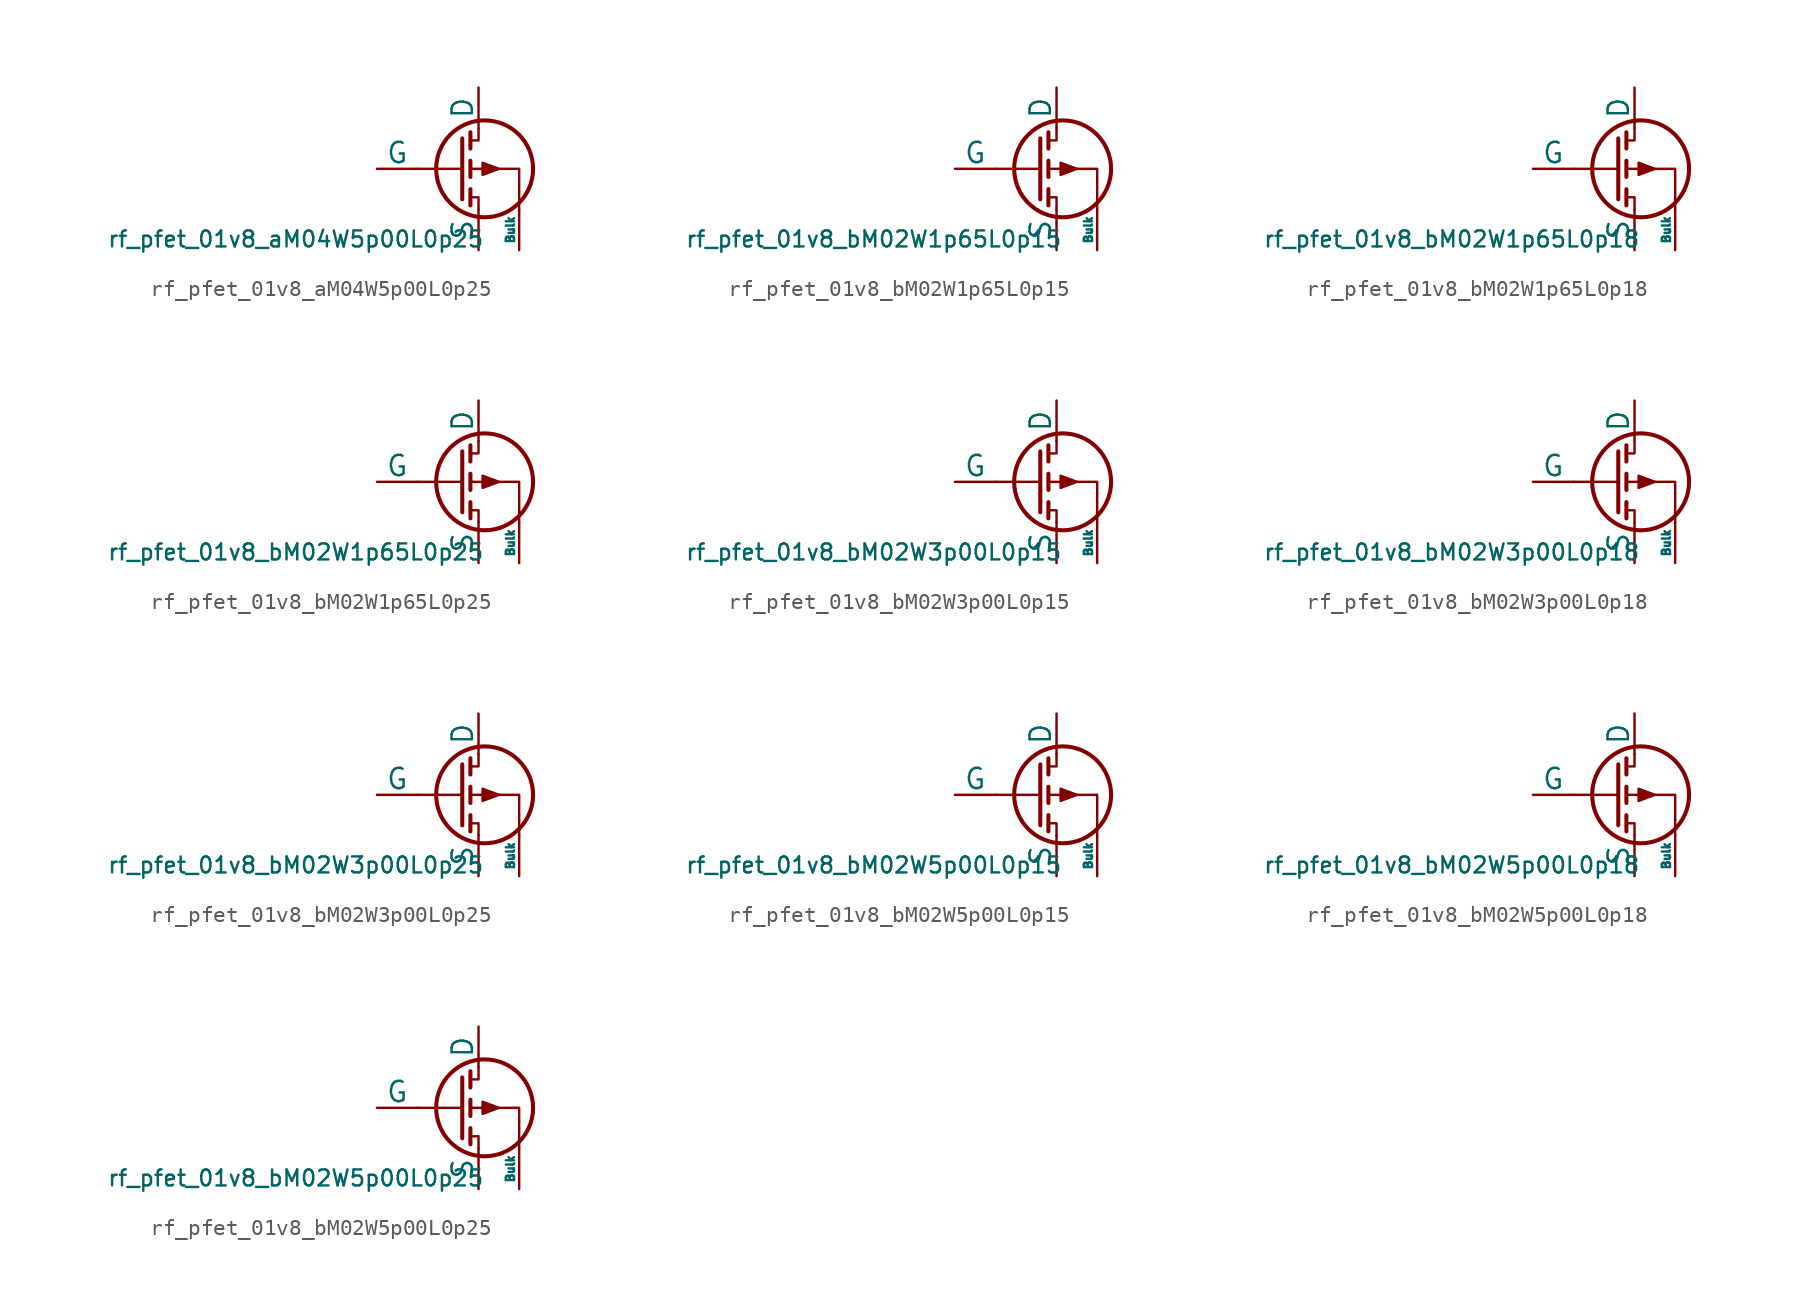
<source format=kicad_sym>
(kicad_symbol_lib
  (version 20211014)
  (generator pdk2kicad)
  (symbol "rf_pfet_01v8_aM04W5p00L0p25"
    (pin_numbers hide)
    (pin_names
      (offset 0))
    (property "Reference" "Q"
      (at 0 0 0)
      (effects (font (size 1 1)) hide))
    (property "Value" "rf_pfet_01v8_aM04W5p00L0p25"
      (at -8.89 -3.81 0)
      (effects (font (size 1 1)) (justify top)))
    (polyline
      (pts (xy 1.524 0) (xy -1.27 0))
      (stroke (width 0) (type default))
      (fill (type none)))
    (polyline
      (pts (xy 1.524 1.905) (xy 1.524 -1.905))
      (stroke (width 0.254) (type default))
      (fill (type none)))
    (polyline
      (pts (xy 2.032 -1.27) (xy 2.032 -2.286))
      (stroke (width 0.254) (type default))
      (fill (type none)))
    (polyline
      (pts (xy 2.032 0.508) (xy 2.032 -0.508))
      (stroke (width 0.254) (type default))
      (fill (type none)))
    (polyline
      (pts (xy 2.032 2.286) (xy 2.032 1.27))
      (stroke (width 0.254) (type default))
      (fill (type none)))
    (polyline
      (pts (xy 2.032 1.778) (xy 2.54 1.778) (xy 2.54 2.54))
      (stroke (width 0) (type default))
      (fill (type none)))
    (polyline
      (pts (xy 2.54 -2.54) (xy 2.54 -1.778) (xy 2.032 -1.778))
      (stroke (width 0) (type default))
      (fill (type none)))
    (polyline
      (pts (xy 5.08 -2.54) (xy 5.08 0) (xy 2.032 0))
      (stroke (width 0) (type default))
      (fill (type none)))
    (polyline
      (pts (xy 3.81 0) (xy 2.794 0.381) (xy 2.794 -0.381) (xy 3.81 0))
      (stroke (width 0) (type default))
      (fill (type outline)))
    (circle
      (center 2.921 0)
      (radius 3.029)
      (stroke (width 0.254) (type default))
      (fill (type none)))
    (pin passive line
      (at 2.54 5.08 270)
      (length 2.54)
      (name "D" (effects (font (size 1.27 1.27))))
      (number "2" (effects (font (size 1.27 1.27)))))
    (pin input line
      (at -3.81 0 0)
      (length 2.54)
      (name "G" (effects (font (size 1.27 1.27))))
      (number "3" (effects (font (size 1.27 1.27)))))
    (pin passive line
      (at 2.54 -5.08 90)
      (length 2.54)
      (name "S" (effects (font (size 1.27 1.27))))
      (number "4" (effects (font (size 1.27 1.27)))))
    (pin input line
      (at 5.08 -5.08 90)
      (length 2.54)
      (name "Bulk" (effects (font (size 0.508 0.508))))
      (number "1" (effects (font (size 1.27 1.27))))))
  (symbol "rf_pfet_01v8_bM02W1p65L0p15"
    (pin_numbers hide)
    (pin_names
      (offset 0))
    (property "Reference" "Q"
      (at 0 0 0)
      (effects (font (size 1 1)) hide))
    (property "Value" "rf_pfet_01v8_bM02W1p65L0p15"
      (at -8.89 -3.81 0)
      (effects (font (size 1 1)) (justify top)))
    (polyline
      (pts (xy 1.524 0) (xy -1.27 0))
      (stroke (width 0) (type default))
      (fill (type none)))
    (polyline
      (pts (xy 1.524 1.905) (xy 1.524 -1.905))
      (stroke (width 0.254) (type default))
      (fill (type none)))
    (polyline
      (pts (xy 2.032 -1.27) (xy 2.032 -2.286))
      (stroke (width 0.254) (type default))
      (fill (type none)))
    (polyline
      (pts (xy 2.032 0.508) (xy 2.032 -0.508))
      (stroke (width 0.254) (type default))
      (fill (type none)))
    (polyline
      (pts (xy 2.032 2.286) (xy 2.032 1.27))
      (stroke (width 0.254) (type default))
      (fill (type none)))
    (polyline
      (pts (xy 2.032 1.778) (xy 2.54 1.778) (xy 2.54 2.54))
      (stroke (width 0) (type default))
      (fill (type none)))
    (polyline
      (pts (xy 2.54 -2.54) (xy 2.54 -1.778) (xy 2.032 -1.778))
      (stroke (width 0) (type default))
      (fill (type none)))
    (polyline
      (pts (xy 5.08 -2.54) (xy 5.08 0) (xy 2.032 0))
      (stroke (width 0) (type default))
      (fill (type none)))
    (polyline
      (pts (xy 3.81 0) (xy 2.794 0.381) (xy 2.794 -0.381) (xy 3.81 0))
      (stroke (width 0) (type default))
      (fill (type outline)))
    (circle
      (center 2.921 0)
      (radius 3.029)
      (stroke (width 0.254) (type default))
      (fill (type none)))
    (pin passive line
      (at 2.54 5.08 270)
      (length 2.54)
      (name "D" (effects (font (size 1.27 1.27))))
      (number "2" (effects (font (size 1.27 1.27)))))
    (pin input line
      (at -3.81 0 0)
      (length 2.54)
      (name "G" (effects (font (size 1.27 1.27))))
      (number "3" (effects (font (size 1.27 1.27)))))
    (pin passive line
      (at 2.54 -5.08 90)
      (length 2.54)
      (name "S" (effects (font (size 1.27 1.27))))
      (number "4" (effects (font (size 1.27 1.27)))))
    (pin input line
      (at 5.08 -5.08 90)
      (length 2.54)
      (name "Bulk" (effects (font (size 0.508 0.508))))
      (number "1" (effects (font (size 1.27 1.27))))))
  (symbol "rf_pfet_01v8_bM02W1p65L0p18"
    (pin_numbers hide)
    (pin_names
      (offset 0))
    (property "Reference" "Q"
      (at 0 0 0)
      (effects (font (size 1 1)) hide))
    (property "Value" "rf_pfet_01v8_bM02W1p65L0p18"
      (at -8.89 -3.81 0)
      (effects (font (size 1 1)) (justify top)))
    (polyline
      (pts (xy 1.524 0) (xy -1.27 0))
      (stroke (width 0) (type default))
      (fill (type none)))
    (polyline
      (pts (xy 1.524 1.905) (xy 1.524 -1.905))
      (stroke (width 0.254) (type default))
      (fill (type none)))
    (polyline
      (pts (xy 2.032 -1.27) (xy 2.032 -2.286))
      (stroke (width 0.254) (type default))
      (fill (type none)))
    (polyline
      (pts (xy 2.032 0.508) (xy 2.032 -0.508))
      (stroke (width 0.254) (type default))
      (fill (type none)))
    (polyline
      (pts (xy 2.032 2.286) (xy 2.032 1.27))
      (stroke (width 0.254) (type default))
      (fill (type none)))
    (polyline
      (pts (xy 2.032 1.778) (xy 2.54 1.778) (xy 2.54 2.54))
      (stroke (width 0) (type default))
      (fill (type none)))
    (polyline
      (pts (xy 2.54 -2.54) (xy 2.54 -1.778) (xy 2.032 -1.778))
      (stroke (width 0) (type default))
      (fill (type none)))
    (polyline
      (pts (xy 5.08 -2.54) (xy 5.08 0) (xy 2.032 0))
      (stroke (width 0) (type default))
      (fill (type none)))
    (polyline
      (pts (xy 3.81 0) (xy 2.794 0.381) (xy 2.794 -0.381) (xy 3.81 0))
      (stroke (width 0) (type default))
      (fill (type outline)))
    (circle
      (center 2.921 0)
      (radius 3.029)
      (stroke (width 0.254) (type default))
      (fill (type none)))
    (pin passive line
      (at 2.54 5.08 270)
      (length 2.54)
      (name "D" (effects (font (size 1.27 1.27))))
      (number "2" (effects (font (size 1.27 1.27)))))
    (pin input line
      (at -3.81 0 0)
      (length 2.54)
      (name "G" (effects (font (size 1.27 1.27))))
      (number "3" (effects (font (size 1.27 1.27)))))
    (pin passive line
      (at 2.54 -5.08 90)
      (length 2.54)
      (name "S" (effects (font (size 1.27 1.27))))
      (number "4" (effects (font (size 1.27 1.27)))))
    (pin input line
      (at 5.08 -5.08 90)
      (length 2.54)
      (name "Bulk" (effects (font (size 0.508 0.508))))
      (number "1" (effects (font (size 1.27 1.27))))))
  (symbol "rf_pfet_01v8_bM02W1p65L0p25"
    (pin_numbers hide)
    (pin_names
      (offset 0))
    (property "Reference" "Q"
      (at 0 0 0)
      (effects (font (size 1 1)) hide))
    (property "Value" "rf_pfet_01v8_bM02W1p65L0p25"
      (at -8.89 -3.81 0)
      (effects (font (size 1 1)) (justify top)))
    (polyline
      (pts (xy 1.524 0) (xy -1.27 0))
      (stroke (width 0) (type default))
      (fill (type none)))
    (polyline
      (pts (xy 1.524 1.905) (xy 1.524 -1.905))
      (stroke (width 0.254) (type default))
      (fill (type none)))
    (polyline
      (pts (xy 2.032 -1.27) (xy 2.032 -2.286))
      (stroke (width 0.254) (type default))
      (fill (type none)))
    (polyline
      (pts (xy 2.032 0.508) (xy 2.032 -0.508))
      (stroke (width 0.254) (type default))
      (fill (type none)))
    (polyline
      (pts (xy 2.032 2.286) (xy 2.032 1.27))
      (stroke (width 0.254) (type default))
      (fill (type none)))
    (polyline
      (pts (xy 2.032 1.778) (xy 2.54 1.778) (xy 2.54 2.54))
      (stroke (width 0) (type default))
      (fill (type none)))
    (polyline
      (pts (xy 2.54 -2.54) (xy 2.54 -1.778) (xy 2.032 -1.778))
      (stroke (width 0) (type default))
      (fill (type none)))
    (polyline
      (pts (xy 5.08 -2.54) (xy 5.08 0) (xy 2.032 0))
      (stroke (width 0) (type default))
      (fill (type none)))
    (polyline
      (pts (xy 3.81 0) (xy 2.794 0.381) (xy 2.794 -0.381) (xy 3.81 0))
      (stroke (width 0) (type default))
      (fill (type outline)))
    (circle
      (center 2.921 0)
      (radius 3.029)
      (stroke (width 0.254) (type default))
      (fill (type none)))
    (pin passive line
      (at 2.54 5.08 270)
      (length 2.54)
      (name "D" (effects (font (size 1.27 1.27))))
      (number "2" (effects (font (size 1.27 1.27)))))
    (pin input line
      (at -3.81 0 0)
      (length 2.54)
      (name "G" (effects (font (size 1.27 1.27))))
      (number "3" (effects (font (size 1.27 1.27)))))
    (pin passive line
      (at 2.54 -5.08 90)
      (length 2.54)
      (name "S" (effects (font (size 1.27 1.27))))
      (number "4" (effects (font (size 1.27 1.27)))))
    (pin input line
      (at 5.08 -5.08 90)
      (length 2.54)
      (name "Bulk" (effects (font (size 0.508 0.508))))
      (number "1" (effects (font (size 1.27 1.27))))))
  (symbol "rf_pfet_01v8_bM02W3p00L0p15"
    (pin_numbers hide)
    (pin_names
      (offset 0))
    (property "Reference" "Q"
      (at 0 0 0)
      (effects (font (size 1 1)) hide))
    (property "Value" "rf_pfet_01v8_bM02W3p00L0p15"
      (at -8.89 -3.81 0)
      (effects (font (size 1 1)) (justify top)))
    (polyline
      (pts (xy 1.524 0) (xy -1.27 0))
      (stroke (width 0) (type default))
      (fill (type none)))
    (polyline
      (pts (xy 1.524 1.905) (xy 1.524 -1.905))
      (stroke (width 0.254) (type default))
      (fill (type none)))
    (polyline
      (pts (xy 2.032 -1.27) (xy 2.032 -2.286))
      (stroke (width 0.254) (type default))
      (fill (type none)))
    (polyline
      (pts (xy 2.032 0.508) (xy 2.032 -0.508))
      (stroke (width 0.254) (type default))
      (fill (type none)))
    (polyline
      (pts (xy 2.032 2.286) (xy 2.032 1.27))
      (stroke (width 0.254) (type default))
      (fill (type none)))
    (polyline
      (pts (xy 2.032 1.778) (xy 2.54 1.778) (xy 2.54 2.54))
      (stroke (width 0) (type default))
      (fill (type none)))
    (polyline
      (pts (xy 2.54 -2.54) (xy 2.54 -1.778) (xy 2.032 -1.778))
      (stroke (width 0) (type default))
      (fill (type none)))
    (polyline
      (pts (xy 5.08 -2.54) (xy 5.08 0) (xy 2.032 0))
      (stroke (width 0) (type default))
      (fill (type none)))
    (polyline
      (pts (xy 3.81 0) (xy 2.794 0.381) (xy 2.794 -0.381) (xy 3.81 0))
      (stroke (width 0) (type default))
      (fill (type outline)))
    (circle
      (center 2.921 0)
      (radius 3.029)
      (stroke (width 0.254) (type default))
      (fill (type none)))
    (pin passive line
      (at 2.54 5.08 270)
      (length 2.54)
      (name "D" (effects (font (size 1.27 1.27))))
      (number "2" (effects (font (size 1.27 1.27)))))
    (pin input line
      (at -3.81 0 0)
      (length 2.54)
      (name "G" (effects (font (size 1.27 1.27))))
      (number "3" (effects (font (size 1.27 1.27)))))
    (pin passive line
      (at 2.54 -5.08 90)
      (length 2.54)
      (name "S" (effects (font (size 1.27 1.27))))
      (number "4" (effects (font (size 1.27 1.27)))))
    (pin input line
      (at 5.08 -5.08 90)
      (length 2.54)
      (name "Bulk" (effects (font (size 0.508 0.508))))
      (number "1" (effects (font (size 1.27 1.27))))))
  (symbol "rf_pfet_01v8_bM02W3p00L0p18"
    (pin_numbers hide)
    (pin_names
      (offset 0))
    (property "Reference" "Q"
      (at 0 0 0)
      (effects (font (size 1 1)) hide))
    (property "Value" "rf_pfet_01v8_bM02W3p00L0p18"
      (at -8.89 -3.81 0)
      (effects (font (size 1 1)) (justify top)))
    (polyline
      (pts (xy 1.524 0) (xy -1.27 0))
      (stroke (width 0) (type default))
      (fill (type none)))
    (polyline
      (pts (xy 1.524 1.905) (xy 1.524 -1.905))
      (stroke (width 0.254) (type default))
      (fill (type none)))
    (polyline
      (pts (xy 2.032 -1.27) (xy 2.032 -2.286))
      (stroke (width 0.254) (type default))
      (fill (type none)))
    (polyline
      (pts (xy 2.032 0.508) (xy 2.032 -0.508))
      (stroke (width 0.254) (type default))
      (fill (type none)))
    (polyline
      (pts (xy 2.032 2.286) (xy 2.032 1.27))
      (stroke (width 0.254) (type default))
      (fill (type none)))
    (polyline
      (pts (xy 2.032 1.778) (xy 2.54 1.778) (xy 2.54 2.54))
      (stroke (width 0) (type default))
      (fill (type none)))
    (polyline
      (pts (xy 2.54 -2.54) (xy 2.54 -1.778) (xy 2.032 -1.778))
      (stroke (width 0) (type default))
      (fill (type none)))
    (polyline
      (pts (xy 5.08 -2.54) (xy 5.08 0) (xy 2.032 0))
      (stroke (width 0) (type default))
      (fill (type none)))
    (polyline
      (pts (xy 3.81 0) (xy 2.794 0.381) (xy 2.794 -0.381) (xy 3.81 0))
      (stroke (width 0) (type default))
      (fill (type outline)))
    (circle
      (center 2.921 0)
      (radius 3.029)
      (stroke (width 0.254) (type default))
      (fill (type none)))
    (pin passive line
      (at 2.54 5.08 270)
      (length 2.54)
      (name "D" (effects (font (size 1.27 1.27))))
      (number "2" (effects (font (size 1.27 1.27)))))
    (pin input line
      (at -3.81 0 0)
      (length 2.54)
      (name "G" (effects (font (size 1.27 1.27))))
      (number "3" (effects (font (size 1.27 1.27)))))
    (pin passive line
      (at 2.54 -5.08 90)
      (length 2.54)
      (name "S" (effects (font (size 1.27 1.27))))
      (number "4" (effects (font (size 1.27 1.27)))))
    (pin input line
      (at 5.08 -5.08 90)
      (length 2.54)
      (name "Bulk" (effects (font (size 0.508 0.508))))
      (number "1" (effects (font (size 1.27 1.27))))))
  (symbol "rf_pfet_01v8_bM02W3p00L0p25"
    (pin_numbers hide)
    (pin_names
      (offset 0))
    (property "Reference" "Q"
      (at 0 0 0)
      (effects (font (size 1 1)) hide))
    (property "Value" "rf_pfet_01v8_bM02W3p00L0p25"
      (at -8.89 -3.81 0)
      (effects (font (size 1 1)) (justify top)))
    (polyline
      (pts (xy 1.524 0) (xy -1.27 0))
      (stroke (width 0) (type default))
      (fill (type none)))
    (polyline
      (pts (xy 1.524 1.905) (xy 1.524 -1.905))
      (stroke (width 0.254) (type default))
      (fill (type none)))
    (polyline
      (pts (xy 2.032 -1.27) (xy 2.032 -2.286))
      (stroke (width 0.254) (type default))
      (fill (type none)))
    (polyline
      (pts (xy 2.032 0.508) (xy 2.032 -0.508))
      (stroke (width 0.254) (type default))
      (fill (type none)))
    (polyline
      (pts (xy 2.032 2.286) (xy 2.032 1.27))
      (stroke (width 0.254) (type default))
      (fill (type none)))
    (polyline
      (pts (xy 2.032 1.778) (xy 2.54 1.778) (xy 2.54 2.54))
      (stroke (width 0) (type default))
      (fill (type none)))
    (polyline
      (pts (xy 2.54 -2.54) (xy 2.54 -1.778) (xy 2.032 -1.778))
      (stroke (width 0) (type default))
      (fill (type none)))
    (polyline
      (pts (xy 5.08 -2.54) (xy 5.08 0) (xy 2.032 0))
      (stroke (width 0) (type default))
      (fill (type none)))
    (polyline
      (pts (xy 3.81 0) (xy 2.794 0.381) (xy 2.794 -0.381) (xy 3.81 0))
      (stroke (width 0) (type default))
      (fill (type outline)))
    (circle
      (center 2.921 0)
      (radius 3.029)
      (stroke (width 0.254) (type default))
      (fill (type none)))
    (pin passive line
      (at 2.54 5.08 270)
      (length 2.54)
      (name "D" (effects (font (size 1.27 1.27))))
      (number "2" (effects (font (size 1.27 1.27)))))
    (pin input line
      (at -3.81 0 0)
      (length 2.54)
      (name "G" (effects (font (size 1.27 1.27))))
      (number "3" (effects (font (size 1.27 1.27)))))
    (pin passive line
      (at 2.54 -5.08 90)
      (length 2.54)
      (name "S" (effects (font (size 1.27 1.27))))
      (number "4" (effects (font (size 1.27 1.27)))))
    (pin input line
      (at 5.08 -5.08 90)
      (length 2.54)
      (name "Bulk" (effects (font (size 0.508 0.508))))
      (number "1" (effects (font (size 1.27 1.27))))))
  (symbol "rf_pfet_01v8_bM02W5p00L0p15"
    (pin_numbers hide)
    (pin_names
      (offset 0))
    (property "Reference" "Q"
      (at 0 0 0)
      (effects (font (size 1 1)) hide))
    (property "Value" "rf_pfet_01v8_bM02W5p00L0p15"
      (at -8.89 -3.81 0)
      (effects (font (size 1 1)) (justify top)))
    (polyline
      (pts (xy 1.524 0) (xy -1.27 0))
      (stroke (width 0) (type default))
      (fill (type none)))
    (polyline
      (pts (xy 1.524 1.905) (xy 1.524 -1.905))
      (stroke (width 0.254) (type default))
      (fill (type none)))
    (polyline
      (pts (xy 2.032 -1.27) (xy 2.032 -2.286))
      (stroke (width 0.254) (type default))
      (fill (type none)))
    (polyline
      (pts (xy 2.032 0.508) (xy 2.032 -0.508))
      (stroke (width 0.254) (type default))
      (fill (type none)))
    (polyline
      (pts (xy 2.032 2.286) (xy 2.032 1.27))
      (stroke (width 0.254) (type default))
      (fill (type none)))
    (polyline
      (pts (xy 2.032 1.778) (xy 2.54 1.778) (xy 2.54 2.54))
      (stroke (width 0) (type default))
      (fill (type none)))
    (polyline
      (pts (xy 2.54 -2.54) (xy 2.54 -1.778) (xy 2.032 -1.778))
      (stroke (width 0) (type default))
      (fill (type none)))
    (polyline
      (pts (xy 5.08 -2.54) (xy 5.08 0) (xy 2.032 0))
      (stroke (width 0) (type default))
      (fill (type none)))
    (polyline
      (pts (xy 3.81 0) (xy 2.794 0.381) (xy 2.794 -0.381) (xy 3.81 0))
      (stroke (width 0) (type default))
      (fill (type outline)))
    (circle
      (center 2.921 0)
      (radius 3.029)
      (stroke (width 0.254) (type default))
      (fill (type none)))
    (pin passive line
      (at 2.54 5.08 270)
      (length 2.54)
      (name "D" (effects (font (size 1.27 1.27))))
      (number "2" (effects (font (size 1.27 1.27)))))
    (pin input line
      (at -3.81 0 0)
      (length 2.54)
      (name "G" (effects (font (size 1.27 1.27))))
      (number "3" (effects (font (size 1.27 1.27)))))
    (pin passive line
      (at 2.54 -5.08 90)
      (length 2.54)
      (name "S" (effects (font (size 1.27 1.27))))
      (number "4" (effects (font (size 1.27 1.27)))))
    (pin input line
      (at 5.08 -5.08 90)
      (length 2.54)
      (name "Bulk" (effects (font (size 0.508 0.508))))
      (number "1" (effects (font (size 1.27 1.27))))))
  (symbol "rf_pfet_01v8_bM02W5p00L0p18"
    (pin_numbers hide)
    (pin_names
      (offset 0))
    (property "Reference" "Q"
      (at 0 0 0)
      (effects (font (size 1 1)) hide))
    (property "Value" "rf_pfet_01v8_bM02W5p00L0p18"
      (at -8.89 -3.81 0)
      (effects (font (size 1 1)) (justify top)))
    (polyline
      (pts (xy 1.524 0) (xy -1.27 0))
      (stroke (width 0) (type default))
      (fill (type none)))
    (polyline
      (pts (xy 1.524 1.905) (xy 1.524 -1.905))
      (stroke (width 0.254) (type default))
      (fill (type none)))
    (polyline
      (pts (xy 2.032 -1.27) (xy 2.032 -2.286))
      (stroke (width 0.254) (type default))
      (fill (type none)))
    (polyline
      (pts (xy 2.032 0.508) (xy 2.032 -0.508))
      (stroke (width 0.254) (type default))
      (fill (type none)))
    (polyline
      (pts (xy 2.032 2.286) (xy 2.032 1.27))
      (stroke (width 0.254) (type default))
      (fill (type none)))
    (polyline
      (pts (xy 2.032 1.778) (xy 2.54 1.778) (xy 2.54 2.54))
      (stroke (width 0) (type default))
      (fill (type none)))
    (polyline
      (pts (xy 2.54 -2.54) (xy 2.54 -1.778) (xy 2.032 -1.778))
      (stroke (width 0) (type default))
      (fill (type none)))
    (polyline
      (pts (xy 5.08 -2.54) (xy 5.08 0) (xy 2.032 0))
      (stroke (width 0) (type default))
      (fill (type none)))
    (polyline
      (pts (xy 3.81 0) (xy 2.794 0.381) (xy 2.794 -0.381) (xy 3.81 0))
      (stroke (width 0) (type default))
      (fill (type outline)))
    (circle
      (center 2.921 0)
      (radius 3.029)
      (stroke (width 0.254) (type default))
      (fill (type none)))
    (pin passive line
      (at 2.54 5.08 270)
      (length 2.54)
      (name "D" (effects (font (size 1.27 1.27))))
      (number "2" (effects (font (size 1.27 1.27)))))
    (pin input line
      (at -3.81 0 0)
      (length 2.54)
      (name "G" (effects (font (size 1.27 1.27))))
      (number "3" (effects (font (size 1.27 1.27)))))
    (pin passive line
      (at 2.54 -5.08 90)
      (length 2.54)
      (name "S" (effects (font (size 1.27 1.27))))
      (number "4" (effects (font (size 1.27 1.27)))))
    (pin input line
      (at 5.08 -5.08 90)
      (length 2.54)
      (name "Bulk" (effects (font (size 0.508 0.508))))
      (number "1" (effects (font (size 1.27 1.27))))))
  (symbol "rf_pfet_01v8_bM02W5p00L0p25"
    (pin_numbers hide)
    (pin_names
      (offset 0))
    (property "Reference" "Q"
      (at 0 0 0)
      (effects (font (size 1 1)) hide))
    (property "Value" "rf_pfet_01v8_bM02W5p00L0p25"
      (at -8.89 -3.81 0)
      (effects (font (size 1 1)) (justify top)))
    (polyline
      (pts (xy 1.524 0) (xy -1.27 0))
      (stroke (width 0) (type default))
      (fill (type none)))
    (polyline
      (pts (xy 1.524 1.905) (xy 1.524 -1.905))
      (stroke (width 0.254) (type default))
      (fill (type none)))
    (polyline
      (pts (xy 2.032 -1.27) (xy 2.032 -2.286))
      (stroke (width 0.254) (type default))
      (fill (type none)))
    (polyline
      (pts (xy 2.032 0.508) (xy 2.032 -0.508))
      (stroke (width 0.254) (type default))
      (fill (type none)))
    (polyline
      (pts (xy 2.032 2.286) (xy 2.032 1.27))
      (stroke (width 0.254) (type default))
      (fill (type none)))
    (polyline
      (pts (xy 2.032 1.778) (xy 2.54 1.778) (xy 2.54 2.54))
      (stroke (width 0) (type default))
      (fill (type none)))
    (polyline
      (pts (xy 2.54 -2.54) (xy 2.54 -1.778) (xy 2.032 -1.778))
      (stroke (width 0) (type default))
      (fill (type none)))
    (polyline
      (pts (xy 5.08 -2.54) (xy 5.08 0) (xy 2.032 0))
      (stroke (width 0) (type default))
      (fill (type none)))
    (polyline
      (pts (xy 3.81 0) (xy 2.794 0.381) (xy 2.794 -0.381) (xy 3.81 0))
      (stroke (width 0) (type default))
      (fill (type outline)))
    (circle
      (center 2.921 0)
      (radius 3.029)
      (stroke (width 0.254) (type default))
      (fill (type none)))
    (pin passive line
      (at 2.54 5.08 270)
      (length 2.54)
      (name "D" (effects (font (size 1.27 1.27))))
      (number "2" (effects (font (size 1.27 1.27)))))
    (pin input line
      (at -3.81 0 0)
      (length 2.54)
      (name "G" (effects (font (size 1.27 1.27))))
      (number "3" (effects (font (size 1.27 1.27)))))
    (pin passive line
      (at 2.54 -5.08 90)
      (length 2.54)
      (name "S" (effects (font (size 1.27 1.27))))
      (number "4" (effects (font (size 1.27 1.27)))))
    (pin input line
      (at 5.08 -5.08 90)
      (length 2.54)
      (name "Bulk" (effects (font (size 0.508 0.508))))
      (number "1" (effects (font (size 1.27 1.27)))))))
</source>
